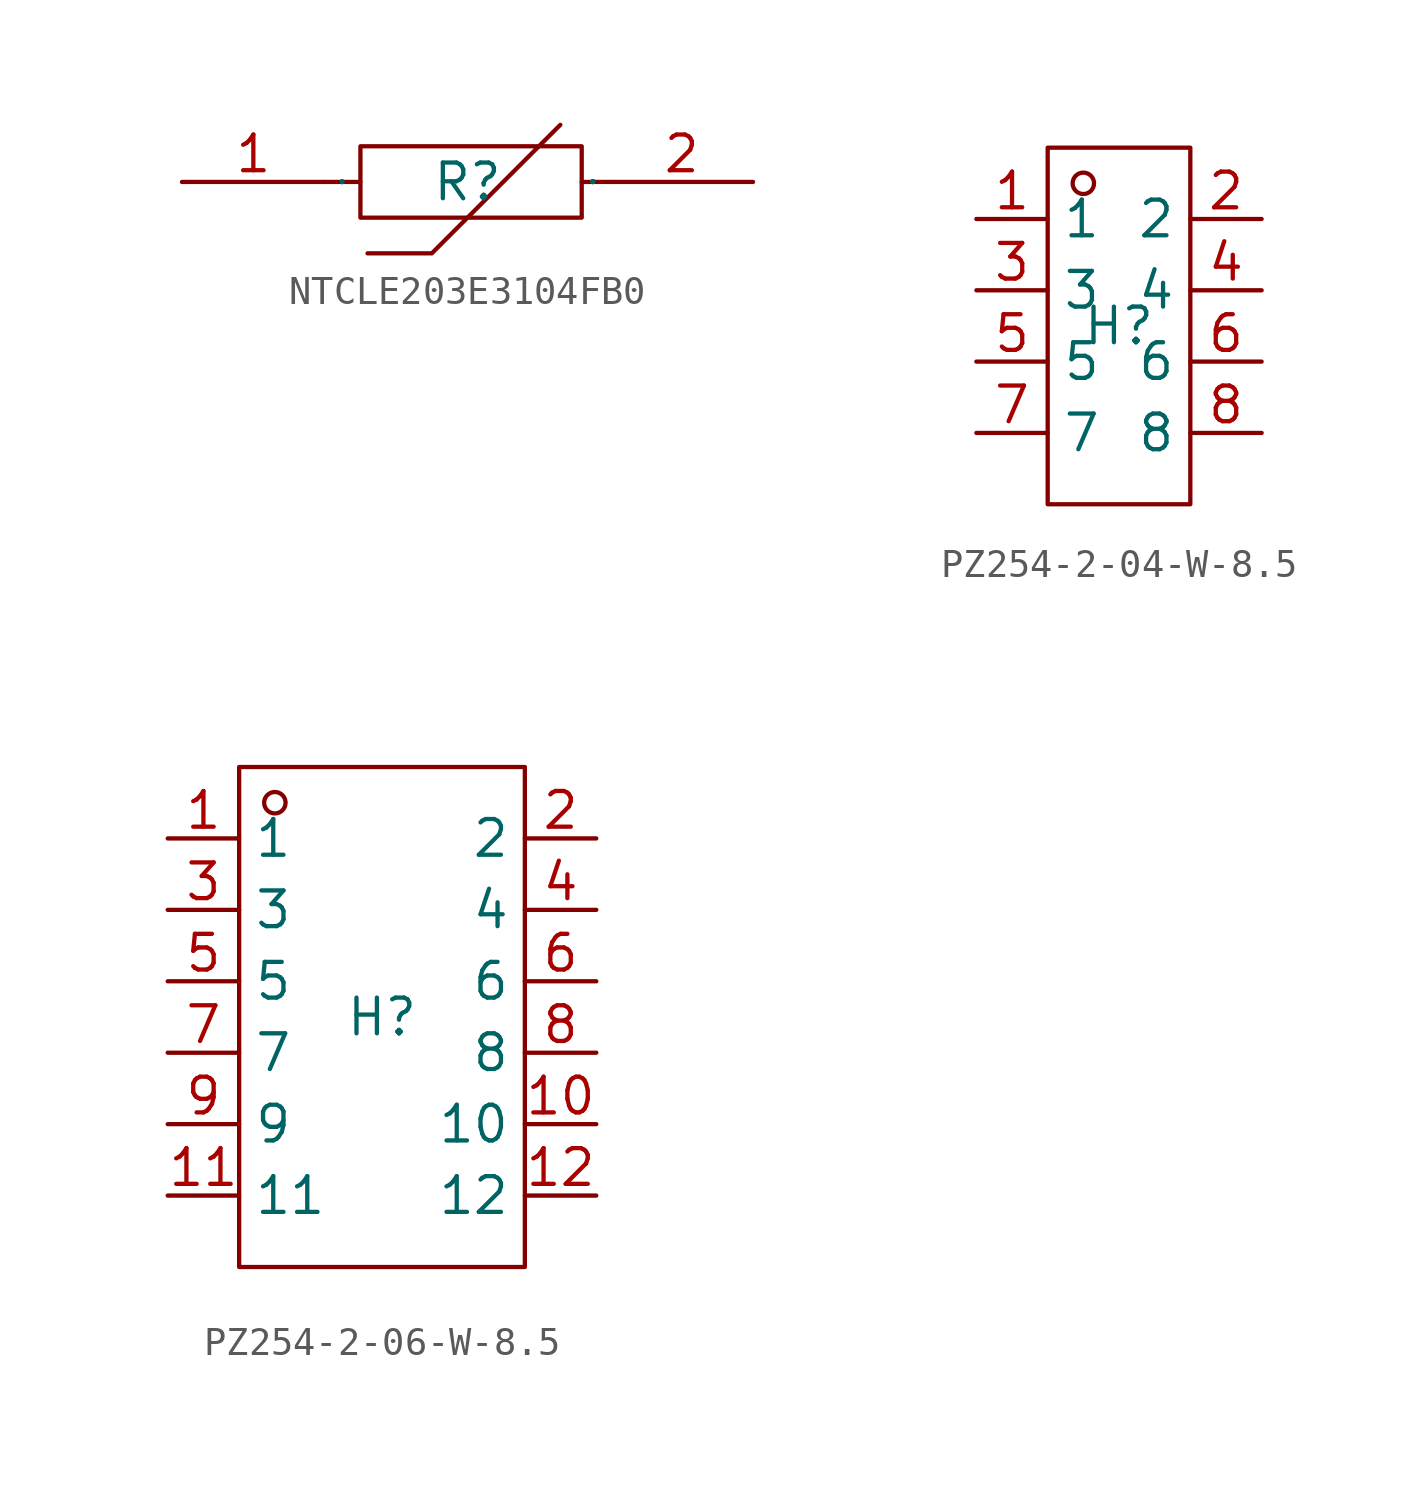
<source format=kicad_sym>
(kicad_symbol_lib
  (version 20241209)
  (generator "kicad_symbol_editor")
  (generator_version "9.0")
  (symbol "NTCLE203E3104FB0"
    (property "Reference" "R"
      (at 0 0 0)
      (effects (font (size 1.27 1.27))))
    (property "Value" ""
      (at 0 0 0)
      (effects (font (size 1.27 1.27))))
    (symbol "NTCLE203E3104FB0_1_0"
      (polyline (pts (xy -3.81 0) (xy -5.08 0)) (stroke (width 0) (type default)) (fill (type none)))
      (rectangle (start -3.81 -1.27) (end 4.064 1.27) (stroke (width 0) (type default)) (fill (type none)))
      (polyline (pts (xy -3.556 -2.54) (xy -1.27 -2.54) (xy -1.27 -2.54) (xy 3.302 2.032)) (stroke (width 0) (type default)) (fill (type none)))
      (polyline (pts (xy 4.064 0) (xy 5.08 0)) (stroke (width 0) (type default)) (fill (type none)))
      (pin input line (at -10.16 0 0) (length 5.08) (name "1" (effects (font (size 0.025 0.025)))) (number "1" (effects (font (size 1.27 1.27)))))
      (pin input line (at 10.16 0 180) (length 5.08) (name "2" (effects (font (size 0.025 0.025)))) (number "2" (effects (font (size 1.27 1.27)))))))
  (symbol "PZ254-2-04-W-8.5"
    (property "Reference" "H"
      (at 0 0 0)
      (effects (font (size 1.27 1.27))))
    (property "Value" ""
      (at 0 0 0)
      (effects (font (size 1.27 1.27))))
    (symbol "PZ254-2-04-W-8.5_1_0"
      (rectangle (start -2.54 -6.35) (end 2.54 6.35) (stroke (width 0) (type default)) (fill (type none)))
      (circle (center -1.27 5.08) (radius 0.381) (stroke (width 0) (type default)) (fill (type none)))
      (pin input line (at -5.08 3.81 0) (length 2.54) (name "1" (effects (font (size 1.27 1.27)))) (number "1" (effects (font (size 1.27 1.27)))))
      (pin input line (at -5.08 1.27 0) (length 2.54) (name "3" (effects (font (size 1.27 1.27)))) (number "3" (effects (font (size 1.27 1.27)))))
      (pin input line (at -5.08 -1.27 0) (length 2.54) (name "5" (effects (font (size 1.27 1.27)))) (number "5" (effects (font (size 1.27 1.27)))))
      (pin input line (at -5.08 -3.81 0) (length 2.54) (name "7" (effects (font (size 1.27 1.27)))) (number "7" (effects (font (size 1.27 1.27)))))
      (pin input line (at 5.08 3.81 180) (length 2.54) (name "2" (effects (font (size 1.27 1.27)))) (number "2" (effects (font (size 1.27 1.27)))))
      (pin input line (at 5.08 1.27 180) (length 2.54) (name "4" (effects (font (size 1.27 1.27)))) (number "4" (effects (font (size 1.27 1.27)))))
      (pin input line (at 5.08 -1.27 180) (length 2.54) (name "6" (effects (font (size 1.27 1.27)))) (number "6" (effects (font (size 1.27 1.27)))))
      (pin input line (at 5.08 -3.81 180) (length 2.54) (name "8" (effects (font (size 1.27 1.27)))) (number "8" (effects (font (size 1.27 1.27)))))))
  (symbol "PZ254-2-06-W-8.5"
    (property "Reference" "H"
      (at 0 0 0)
      (effects (font (size 1.27 1.27))))
    (property "Value" ""
      (at 0 0 0)
      (effects (font (size 1.27 1.27))))
    (symbol "PZ254-2-06-W-8.5_1_0"
      (rectangle (start -5.08 -8.89) (end 5.08 8.89) (stroke (width 0) (type default)) (fill (type none)))
      (circle (center -3.81 7.62) (radius 0.381) (stroke (width 0) (type default)) (fill (type none)))
      (pin input line (at -7.62 6.35 0) (length 2.54) (name "1" (effects (font (size 1.27 1.27)))) (number "1" (effects (font (size 1.27 1.27)))))
      (pin input line (at -7.62 3.81 0) (length 2.54) (name "3" (effects (font (size 1.27 1.27)))) (number "3" (effects (font (size 1.27 1.27)))))
      (pin input line (at -7.62 1.27 0) (length 2.54) (name "5" (effects (font (size 1.27 1.27)))) (number "5" (effects (font (size 1.27 1.27)))))
      (pin input line (at -7.62 -1.27 0) (length 2.54) (name "7" (effects (font (size 1.27 1.27)))) (number "7" (effects (font (size 1.27 1.27)))))
      (pin input line (at -7.62 -3.81 0) (length 2.54) (name "9" (effects (font (size 1.27 1.27)))) (number "9" (effects (font (size 1.27 1.27)))))
      (pin input line (at -7.62 -6.35 0) (length 2.54) (name "11" (effects (font (size 1.27 1.27)))) (number "11" (effects (font (size 1.27 1.27)))))
      (pin input line (at 7.62 6.35 180) (length 2.54) (name "2" (effects (font (size 1.27 1.27)))) (number "2" (effects (font (size 1.27 1.27)))))
      (pin input line (at 7.62 3.81 180) (length 2.54) (name "4" (effects (font (size 1.27 1.27)))) (number "4" (effects (font (size 1.27 1.27)))))
      (pin input line (at 7.62 1.27 180) (length 2.54) (name "6" (effects (font (size 1.27 1.27)))) (number "6" (effects (font (size 1.27 1.27)))))
      (pin input line (at 7.62 -1.27 180) (length 2.54) (name "8" (effects (font (size 1.27 1.27)))) (number "8" (effects (font (size 1.27 1.27)))))
      (pin input line (at 7.62 -3.81 180) (length 2.54) (name "10" (effects (font (size 1.27 1.27)))) (number "10" (effects (font (size 1.27 1.27)))))
      (pin input line (at 7.62 -6.35 180) (length 2.54) (name "12" (effects (font (size 1.27 1.27)))) (number "12" (effects (font (size 1.27 1.27))))))))
</source>
